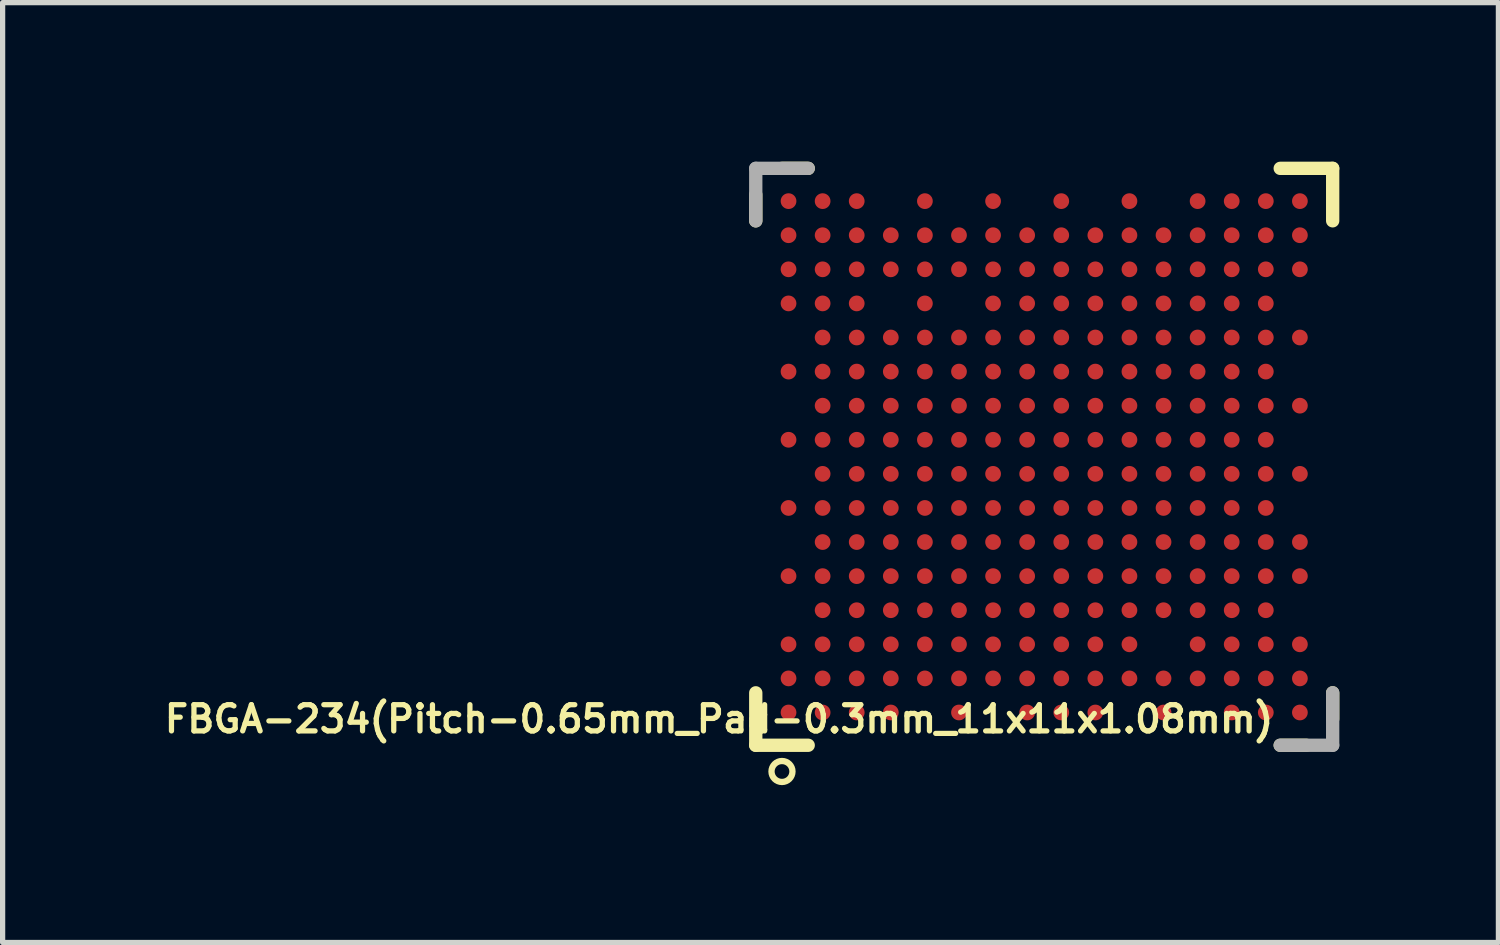
<source format=kicad_pcb>
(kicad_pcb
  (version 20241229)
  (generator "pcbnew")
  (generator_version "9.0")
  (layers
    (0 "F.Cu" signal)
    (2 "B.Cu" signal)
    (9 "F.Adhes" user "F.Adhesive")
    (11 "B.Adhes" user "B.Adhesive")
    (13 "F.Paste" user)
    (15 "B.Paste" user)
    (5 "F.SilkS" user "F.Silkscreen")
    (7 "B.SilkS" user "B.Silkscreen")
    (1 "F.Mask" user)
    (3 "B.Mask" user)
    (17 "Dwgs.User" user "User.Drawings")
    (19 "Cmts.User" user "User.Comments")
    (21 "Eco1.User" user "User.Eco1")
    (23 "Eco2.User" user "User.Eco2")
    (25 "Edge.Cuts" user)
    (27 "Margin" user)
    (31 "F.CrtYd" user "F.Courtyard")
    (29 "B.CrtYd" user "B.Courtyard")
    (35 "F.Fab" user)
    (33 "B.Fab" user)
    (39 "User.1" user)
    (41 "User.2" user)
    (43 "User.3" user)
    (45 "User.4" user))
  (footprint "FBGA-234(Pitch-0.65mm_Pad-0.3mm_11x11x1.08mm)"
    (layer "F.Cu")
    (at 16.86 5.66)
    (property "Reference" "FBGA-234(Pitch-0.65mm_Pad-0.3mm_11x11x1.08mm)" (at -6.2 5 180) (layer "F.SilkS") (effects (font (size 0.5 0.5) (thickness 0.1))))
    (attr through_hole)
    (fp_line (start -5.5 -4.5) (end -5.5 -5) (stroke (width 0.254) (type solid)) (layer "F.SilkS"))
    (fp_line (start -5.5 5.5) (end -5.5 4.5) (stroke (width 0.254) (type solid)) (layer "F.SilkS"))
    (fp_line (start -5.5 5.5) (end -4.5 5.5) (stroke (width 0.254) (type solid)) (layer "F.SilkS"))
    (fp_line (start -4.5 -5.5) (end -5 -5.5) (stroke (width 0.254) (type solid)) (layer "F.SilkS"))
    (fp_line (start 4.5 5.5) (end 5 5.5) (stroke (width 0.254) (type solid)) (layer "F.SilkS"))
    (fp_line (start 5.5 -5.5) (end 4.5 -5.5) (stroke (width 0.254) (type solid)) (layer "F.SilkS"))
    (fp_line (start 5.5 -5.5) (end 5.5 -4.5) (stroke (width 0.254) (type solid)) (layer "F.SilkS"))
    (fp_line (start 5.5 4.5) (end 5.5 5) (stroke (width 0.254) (type solid)) (layer "F.SilkS"))
    (fp_circle (center -5 6) (end -5 6.2) (stroke (width 0.12) (type solid)) (fill no) (layer "F.SilkS"))
    (fp_line (start -5.6 -5.6) (end -5.6 5.6) (stroke (width 0.12) (type solid)) (layer "Eco2.User"))
    (fp_line (start -5.6 5.6) (end 5.6 5.6) (stroke (width 0.12) (type solid)) (layer "Eco2.User"))
    (fp_line (start 5.6 -5.6) (end -5.6 -5.6) (stroke (width 0.12) (type solid)) (layer "Eco2.User"))
    (fp_line (start 5.6 5.6) (end 5.6 -5.6) (stroke (width 0.12) (type solid)) (layer "Eco2.User"))
    (fp_line (start -5.5 -5.5) (end -5.5 -4.5) (stroke (width 0.254) (type solid)) (layer "F.Fab"))
    (fp_line (start -5.5 -5.5) (end -4.5 -5.5) (stroke (width 0.254) (type solid)) (layer "F.Fab"))
    (fp_line (start 5.5 5.5) (end 4.5 5.5) (stroke (width 0.254) (type solid)) (layer "F.Fab"))
    (fp_line (start 5.5 5.5) (end 5.5 4.5) (stroke (width 0.254) (type solid)) (layer "F.Fab"))
    (pad "A1" smd circle (at -4.875 4.875 90) (size 0.3 0.3) (layers "F.Cu" "F.Mask"))
    (pad "A2" smd circle (at -4.875 4.225 90) (size 0.3 0.3) (layers "F.Cu" "F.Mask"))
    (pad "A3" smd circle (at -4.875 3.575 90) (size 0.3 0.3) (layers "F.Cu" "F.Mask"))
    (pad "A5" smd circle (at -4.875 2.275 90) (size 0.3 0.3) (layers "F.Cu" "F.Mask"))
    (pad "A7" smd circle (at -4.875 0.975 90) (size 0.3 0.3) (layers "F.Cu" "F.Mask"))
    (pad "A9" smd circle (at -4.875 -0.325 90) (size 0.3 0.3) (layers "F.Cu" "F.Mask"))
    (pad "A11" smd circle (at -4.875 -1.625 90) (size 0.3 0.3) (layers "F.Cu" "F.Mask"))
    (pad "A13" smd circle (at -4.875 -2.925 90) (size 0.3 0.3) (layers "F.Cu" "F.Mask"))
    (pad "A14" smd circle (at -4.875 -3.575 90) (size 0.3 0.3) (layers "F.Cu" "F.Mask"))
    (pad "A15" smd circle (at -4.875 -4.225 90) (size 0.3 0.3) (layers "F.Cu" "F.Mask"))
    (pad "A16" smd circle (at -4.875 -4.875 90) (size 0.3 0.3) (layers "F.Cu" "F.Mask"))
    (pad "B1" smd circle (at -4.225 4.875 90) (size 0.3 0.3) (layers "F.Cu" "F.Mask"))
    (pad "B2" smd circle (at -4.225 4.225 90) (size 0.3 0.3) (layers "F.Cu" "F.Mask"))
    (pad "B3" smd circle (at -4.225 3.575 90) (size 0.3 0.3) (layers "F.Cu" "F.Mask"))
    (pad "B4" smd circle (at -4.225 2.925 90) (size 0.3 0.3) (layers "F.Cu" "F.Mask"))
    (pad "B5" smd circle (at -4.225 2.275 90) (size 0.3 0.3) (layers "F.Cu" "F.Mask"))
    (pad "B6" smd circle (at -4.225 1.625 90) (size 0.3 0.3) (layers "F.Cu" "F.Mask"))
    (pad "B7" smd circle (at -4.225 0.975 90) (size 0.3 0.3) (layers "F.Cu" "F.Mask"))
    (pad "B8" smd circle (at -4.225 0.325 90) (size 0.3 0.3) (layers "F.Cu" "F.Mask"))
    (pad "B9" smd circle (at -4.225 -0.325 90) (size 0.3 0.3) (layers "F.Cu" "F.Mask"))
    (pad "B10" smd circle (at -4.225 -0.975 90) (size 0.3 0.3) (layers "F.Cu" "F.Mask"))
    (pad "B11" smd circle (at -4.225 -1.625 90) (size 0.3 0.3) (layers "F.Cu" "F.Mask"))
    (pad "B12" smd circle (at -4.225 -2.275 90) (size 0.3 0.3) (layers "F.Cu" "F.Mask"))
    (pad "B13" smd circle (at -4.225 -2.925 90) (size 0.3 0.3) (layers "F.Cu" "F.Mask"))
    (pad "B14" smd circle (at -4.225 -3.575 90) (size 0.3 0.3) (layers "F.Cu" "F.Mask"))
    (pad "B15" smd circle (at -4.225 -4.225 90) (size 0.3 0.3) (layers "F.Cu" "F.Mask"))
    (pad "B16" smd circle (at -4.225 -4.875 90) (size 0.3 0.3) (layers "F.Cu" "F.Mask"))
    (pad "C1" smd circle (at -3.575 4.875 90) (size 0.3 0.3) (layers "F.Cu" "F.Mask"))
    (pad "C2" smd circle (at -3.575 4.225 90) (size 0.3 0.3) (layers "F.Cu" "F.Mask"))
    (pad "C3" smd circle (at -3.575 3.575 90) (size 0.3 0.3) (layers "F.Cu" "F.Mask"))
    (pad "C4" smd circle (at -3.575 2.925 90) (size 0.3 0.3) (layers "F.Cu" "F.Mask"))
    (pad "C5" smd circle (at -3.575 2.275 90) (size 0.3 0.3) (layers "F.Cu" "F.Mask"))
    (pad "C6" smd circle (at -3.575 1.625 90) (size 0.3 0.3) (layers "F.Cu" "F.Mask"))
    (pad "C7" smd circle (at -3.575 0.975 90) (size 0.3 0.3) (layers "F.Cu" "F.Mask"))
    (pad "C8" smd circle (at -3.575 0.325 90) (size 0.3 0.3) (layers "F.Cu" "F.Mask"))
    (pad "C9" smd circle (at -3.575 -0.325 90) (size 0.3 0.3) (layers "F.Cu" "F.Mask"))
    (pad "C10" smd circle (at -3.575 -0.975 90) (size 0.3 0.3) (layers "F.Cu" "F.Mask"))
    (pad "C11" smd circle (at -3.575 -1.625 90) (size 0.3 0.3) (layers "F.Cu" "F.Mask"))
    (pad "C12" smd circle (at -3.575 -2.275 90) (size 0.3 0.3) (layers "F.Cu" "F.Mask"))
    (pad "C13" smd circle (at -3.575 -2.925 90) (size 0.3 0.3) (layers "F.Cu" "F.Mask"))
    (pad "C14" smd circle (at -3.575 -3.575 90) (size 0.3 0.3) (layers "F.Cu" "F.Mask"))
    (pad "C15" smd circle (at -3.575 -4.225 90) (size 0.3 0.3) (layers "F.Cu" "F.Mask"))
    (pad "C16" smd circle (at -3.575 -4.875 90) (size 0.3 0.3) (layers "F.Cu" "F.Mask"))
    (pad "D1" smd circle (at -2.925 4.875 90) (size 0.3 0.3) (layers "F.Cu" "F.Mask"))
    (pad "D2" smd circle (at -2.925 4.225 90) (size 0.3 0.3) (layers "F.Cu" "F.Mask"))
    (pad "D3" smd circle (at -2.925 3.575 90) (size 0.3 0.3) (layers "F.Cu" "F.Mask"))
    (pad "D4" smd circle (at -2.925 2.925 90) (size 0.3 0.3) (layers "F.Cu" "F.Mask"))
    (pad "D5" smd circle (at -2.925 2.275 90) (size 0.3 0.3) (layers "F.Cu" "F.Mask"))
    (pad "D6" smd circle (at -2.925 1.625 90) (size 0.3 0.3) (layers "F.Cu" "F.Mask"))
    (pad "D7" smd circle (at -2.925 0.975 90) (size 0.3 0.3) (layers "F.Cu" "F.Mask"))
    (pad "D8" smd circle (at -2.925 0.325 90) (size 0.3 0.3) (layers "F.Cu" "F.Mask"))
    (pad "D9" smd circle (at -2.925 -0.325 90) (size 0.3 0.3) (layers "F.Cu" "F.Mask"))
    (pad "D10" smd circle (at -2.925 -0.975 90) (size 0.3 0.3) (layers "F.Cu" "F.Mask"))
    (pad "D11" smd circle (at -2.925 -1.625 90) (size 0.3 0.3) (layers "F.Cu" "F.Mask"))
    (pad "D12" smd circle (at -2.925 -2.275 90) (size 0.3 0.3) (layers "F.Cu" "F.Mask"))
    (pad "D14" smd circle (at -2.925 -3.575 90) (size 0.3 0.3) (layers "F.Cu" "F.Mask"))
    (pad "D15" smd circle (at -2.925 -4.225 90) (size 0.3 0.3) (layers "F.Cu" "F.Mask"))
    (pad "E2" smd circle (at -2.275 4.225 90) (size 0.3 0.3) (layers "F.Cu" "F.Mask"))
    (pad "E3" smd circle (at -2.275 3.575 90) (size 0.3 0.3) (layers "F.Cu" "F.Mask"))
    (pad "E4" smd circle (at -2.275 2.925 90) (size 0.3 0.3) (layers "F.Cu" "F.Mask"))
    (pad "E5" smd circle (at -2.275 2.275 90) (size 0.3 0.3) (layers "F.Cu" "F.Mask"))
    (pad "E6" smd circle (at -2.275 1.625 90) (size 0.3 0.3) (layers "F.Cu" "F.Mask"))
    (pad "E7" smd circle (at -2.275 0.975 90) (size 0.3 0.3) (layers "F.Cu" "F.Mask"))
    (pad "E8" smd circle (at -2.275 0.325 90) (size 0.3 0.3) (layers "F.Cu" "F.Mask"))
    (pad "E9" smd circle (at -2.275 -0.325 90) (size 0.3 0.3) (layers "F.Cu" "F.Mask"))
    (pad "E10" smd circle (at -2.275 -0.975 90) (size 0.3 0.3) (layers "F.Cu" "F.Mask"))
    (pad "E11" smd circle (at -2.275 -1.625 90) (size 0.3 0.3) (layers "F.Cu" "F.Mask"))
    (pad "E12" smd circle (at -2.275 -2.275 90) (size 0.3 0.3) (layers "F.Cu" "F.Mask"))
    (pad "E13" smd circle (at -2.275 -2.925 90) (size 0.3 0.3) (layers "F.Cu" "F.Mask"))
    (pad "E14" smd circle (at -2.275 -3.575 90) (size 0.3 0.3) (layers "F.Cu" "F.Mask"))
    (pad "E15" smd circle (at -2.275 -4.225 90) (size 0.3 0.3) (layers "F.Cu" "F.Mask"))
    (pad "E16" smd circle (at -2.275 -4.875 90) (size 0.3 0.3) (layers "F.Cu" "F.Mask"))
    (pad "F1" smd circle (at -1.625 4.875 90) (size 0.3 0.3) (layers "F.Cu" "F.Mask"))
    (pad "F2" smd circle (at -1.625 4.225 90) (size 0.3 0.3) (layers "F.Cu" "F.Mask"))
    (pad "F3" smd circle (at -1.625 3.575 90) (size 0.3 0.3) (layers "F.Cu" "F.Mask"))
    (pad "F4" smd circle (at -1.625 2.925 90) (size 0.3 0.3) (layers "F.Cu" "F.Mask"))
    (pad "F5" smd circle (at -1.625 2.275 90) (size 0.3 0.3) (layers "F.Cu" "F.Mask"))
    (pad "F6" smd circle (at -1.625 1.625 90) (size 0.3 0.3) (layers "F.Cu" "F.Mask"))
    (pad "F7" smd circle (at -1.625 0.975 90) (size 0.3 0.3) (layers "F.Cu" "F.Mask"))
    (pad "F8" smd circle (at -1.625 0.325 90) (size 0.3 0.3) (layers "F.Cu" "F.Mask"))
    (pad "F9" smd circle (at -1.625 -0.325 90) (size 0.3 0.3) (layers "F.Cu" "F.Mask"))
    (pad "F10" smd circle (at -1.625 -0.975 90) (size 0.3 0.3) (layers "F.Cu" "F.Mask"))
    (pad "F11" smd circle (at -1.625 -1.625 90) (size 0.3 0.3) (layers "F.Cu" "F.Mask"))
    (pad "F12" smd circle (at -1.625 -2.275 90) (size 0.3 0.3) (layers "F.Cu" "F.Mask"))
    (pad "F14" smd circle (at -1.625 -3.575 90) (size 0.3 0.3) (layers "F.Cu" "F.Mask"))
    (pad "F15" smd circle (at -1.625 -4.225 90) (size 0.3 0.3) (layers "F.Cu" "F.Mask"))
    (pad "G2" smd circle (at -0.975 4.225 90) (size 0.3 0.3) (layers "F.Cu" "F.Mask"))
    (pad "G3" smd circle (at -0.975 3.575 90) (size 0.3 0.3) (layers "F.Cu" "F.Mask"))
    (pad "G4" smd circle (at -0.975 2.925 90) (size 0.3 0.3) (layers "F.Cu" "F.Mask"))
    (pad "G5" smd circle (at -0.975 2.275 90) (size 0.3 0.3) (layers "F.Cu" "F.Mask"))
    (pad "G6" smd circle (at -0.975 1.625 90) (size 0.3 0.3) (layers "F.Cu" "F.Mask"))
    (pad "G7" smd circle (at -0.975 0.975 90) (size 0.3 0.3) (layers "F.Cu" "F.Mask"))
    (pad "G8" smd circle (at -0.975 0.325 90) (size 0.3 0.3) (layers "F.Cu" "F.Mask"))
    (pad "G9" smd circle (at -0.975 -0.325 90) (size 0.3 0.3) (layers "F.Cu" "F.Mask"))
    (pad "G10" smd circle (at -0.975 -0.975 90) (size 0.3 0.3) (layers "F.Cu" "F.Mask"))
    (pad "G11" smd circle (at -0.975 -1.625 90) (size 0.3 0.3) (layers "F.Cu" "F.Mask"))
    (pad "G12" smd circle (at -0.975 -2.275 90) (size 0.3 0.3) (layers "F.Cu" "F.Mask"))
    (pad "G13" smd circle (at -0.975 -2.925 90) (size 0.3 0.3) (layers "F.Cu" "F.Mask"))
    (pad "G14" smd circle (at -0.975 -3.575 90) (size 0.3 0.3) (layers "F.Cu" "F.Mask"))
    (pad "G15" smd circle (at -0.975 -4.225 90) (size 0.3 0.3) (layers "F.Cu" "F.Mask"))
    (pad "G16" smd circle (at -0.975 -4.875 90) (size 0.3 0.3) (layers "F.Cu" "F.Mask"))
    (pad "H1" smd circle (at -0.325 4.875 90) (size 0.3 0.3) (layers "F.Cu" "F.Mask"))
    (pad "H2" smd circle (at -0.325 4.225 90) (size 0.3 0.3) (layers "F.Cu" "F.Mask"))
    (pad "H3" smd circle (at -0.325 3.575 90) (size 0.3 0.3) (layers "F.Cu" "F.Mask"))
    (pad "H4" smd circle (at -0.325 2.925 90) (size 0.3 0.3) (layers "F.Cu" "F.Mask"))
    (pad "H5" smd circle (at -0.325 2.275 90) (size 0.3 0.3) (layers "F.Cu" "F.Mask"))
    (pad "H6" smd circle (at -0.325 1.625 90) (size 0.3 0.3) (layers "F.Cu" "F.Mask"))
    (pad "H7" smd circle (at -0.325 0.975 90) (size 0.3 0.3) (layers "F.Cu" "F.Mask"))
    (pad "H8" smd circle (at -0.325 0.325 90) (size 0.3 0.3) (layers "F.Cu" "F.Mask"))
    (pad "H9" smd circle (at -0.325 -0.325 90) (size 0.3 0.3) (layers "F.Cu" "F.Mask"))
    (pad "H10" smd circle (at -0.325 -0.975 90) (size 0.3 0.3) (layers "F.Cu" "F.Mask"))
    (pad "H11" smd circle (at -0.325 -1.625 90) (size 0.3 0.3) (layers "F.Cu" "F.Mask"))
    (pad "H12" smd circle (at -0.325 -2.275 90) (size 0.3 0.3) (layers "F.Cu" "F.Mask"))
    (pad "H13" smd circle (at -0.325 -2.925 90) (size 0.3 0.3) (layers "F.Cu" "F.Mask"))
    (pad "H14" smd circle (at -0.325 -3.575 90) (size 0.3 0.3) (layers "F.Cu" "F.Mask"))
    (pad "H15" smd circle (at -0.325 -4.225 90) (size 0.3 0.3) (layers "F.Cu" "F.Mask"))
    (pad "J1" smd circle (at 0.325 4.875 90) (size 0.3 0.3) (layers "F.Cu" "F.Mask"))
    (pad "J2" smd circle (at 0.325 4.225 90) (size 0.3 0.3) (layers "F.Cu" "F.Mask"))
    (pad "J3" smd circle (at 0.325 3.575 90) (size 0.3 0.3) (layers "F.Cu" "F.Mask"))
    (pad "J4" smd circle (at 0.325 2.925 90) (size 0.3 0.3) (layers "F.Cu" "F.Mask"))
    (pad "J5" smd circle (at 0.325 2.275 90) (size 0.3 0.3) (layers "F.Cu" "F.Mask"))
    (pad "J6" smd circle (at 0.325 1.625 90) (size 0.3 0.3) (layers "F.Cu" "F.Mask"))
    (pad "J7" smd circle (at 0.325 0.975 90) (size 0.3 0.3) (layers "F.Cu" "F.Mask"))
    (pad "J8" smd circle (at 0.325 0.325 90) (size 0.3 0.3) (layers "F.Cu" "F.Mask"))
    (pad "J9" smd circle (at 0.325 -0.325 90) (size 0.3 0.3) (layers "F.Cu" "F.Mask"))
    (pad "J10" smd circle (at 0.325 -0.975 90) (size 0.3 0.3) (layers "F.Cu" "F.Mask"))
    (pad "J11" smd circle (at 0.325 -1.625 90) (size 0.3 0.3) (layers "F.Cu" "F.Mask"))
    (pad "J12" smd circle (at 0.325 -2.275 90) (size 0.3 0.3) (layers "F.Cu" "F.Mask"))
    (pad "J13" smd circle (at 0.325 -2.925 90) (size 0.3 0.3) (layers "F.Cu" "F.Mask"))
    (pad "J14" smd circle (at 0.325 -3.575 90) (size 0.3 0.3) (layers "F.Cu" "F.Mask"))
    (pad "J15" smd circle (at 0.325 -4.225 90) (size 0.3 0.3) (layers "F.Cu" "F.Mask"))
    (pad "J16" smd circle (at 0.325 -4.875 90) (size 0.3 0.3) (layers "F.Cu" "F.Mask"))
    (pad "K1" smd circle (at 0.975 4.875 90) (size 0.3 0.3) (layers "F.Cu" "F.Mask"))
    (pad "K2" smd circle (at 0.975 4.225 90) (size 0.3 0.3) (layers "F.Cu" "F.Mask"))
    (pad "K3" smd circle (at 0.975 3.575 90) (size 0.3 0.3) (layers "F.Cu" "F.Mask"))
    (pad "K4" smd circle (at 0.975 2.925 90) (size 0.3 0.3) (layers "F.Cu" "F.Mask"))
    (pad "K5" smd circle (at 0.975 2.275 90) (size 0.3 0.3) (layers "F.Cu" "F.Mask"))
    (pad "K6" smd circle (at 0.975 1.625 90) (size 0.3 0.3) (layers "F.Cu" "F.Mask"))
    (pad "K7" smd circle (at 0.975 0.975 90) (size 0.3 0.3) (layers "F.Cu" "F.Mask"))
    (pad "K8" smd circle (at 0.975 0.325 90) (size 0.3 0.3) (layers "F.Cu" "F.Mask"))
    (pad "K9" smd circle (at 0.975 -0.325 90) (size 0.3 0.3) (layers "F.Cu" "F.Mask"))
    (pad "K10" smd circle (at 0.975 -0.975 90) (size 0.3 0.3) (layers "F.Cu" "F.Mask"))
    (pad "K11" smd circle (at 0.975 -1.625 90) (size 0.3 0.3) (layers "F.Cu" "F.Mask"))
    (pad "K12" smd circle (at 0.975 -2.275 90) (size 0.3 0.3) (layers "F.Cu" "F.Mask"))
    (pad "K13" smd circle (at 0.975 -2.925 90) (size 0.3 0.3) (layers "F.Cu" "F.Mask"))
    (pad "K14" smd circle (at 0.975 -3.575 90) (size 0.3 0.3) (layers "F.Cu" "F.Mask"))
    (pad "K15" smd circle (at 0.975 -4.225 90) (size 0.3 0.3) (layers "F.Cu" "F.Mask"))
    (pad "L2" smd circle (at 1.625 4.225 90) (size 0.3 0.3) (layers "F.Cu" "F.Mask"))
    (pad "L3" smd circle (at 1.625 3.575 90) (size 0.3 0.3) (layers "F.Cu" "F.Mask"))
    (pad "L4" smd circle (at 1.625 2.925 90) (size 0.3 0.3) (layers "F.Cu" "F.Mask"))
    (pad "L5" smd circle (at 1.625 2.275 90) (size 0.3 0.3) (layers "F.Cu" "F.Mask"))
    (pad "L6" smd circle (at 1.625 1.625 90) (size 0.3 0.3) (layers "F.Cu" "F.Mask"))
    (pad "L7" smd circle (at 1.625 0.975 90) (size 0.3 0.3) (layers "F.Cu" "F.Mask"))
    (pad "L8" smd circle (at 1.625 0.325 90) (size 0.3 0.3) (layers "F.Cu" "F.Mask"))
    (pad "L9" smd circle (at 1.625 -0.325 90) (size 0.3 0.3) (layers "F.Cu" "F.Mask"))
    (pad "L10" smd circle (at 1.625 -0.975 90) (size 0.3 0.3) (layers "F.Cu" "F.Mask"))
    (pad "L11" smd circle (at 1.625 -1.625 90) (size 0.3 0.3) (layers "F.Cu" "F.Mask"))
    (pad "L12" smd circle (at 1.625 -2.275 90) (size 0.3 0.3) (layers "F.Cu" "F.Mask"))
    (pad "L13" smd circle (at 1.625 -2.925 90) (size 0.3 0.3) (layers "F.Cu" "F.Mask"))
    (pad "L14" smd circle (at 1.625 -3.575 90) (size 0.3 0.3) (layers "F.Cu" "F.Mask"))
    (pad "L15" smd circle (at 1.625 -4.225 90) (size 0.3 0.3) (layers "F.Cu" "F.Mask"))
    (pad "L16" smd circle (at 1.625 -4.875 90) (size 0.3 0.3) (layers "F.Cu" "F.Mask"))
    (pad "M1" smd circle (at 2.275 4.875 90) (size 0.3 0.3) (layers "F.Cu" "F.Mask"))
    (pad "M2" smd circle (at 2.275 4.225 90) (size 0.3 0.3) (layers "F.Cu" "F.Mask"))
    (pad "M4" smd circle (at 2.275 2.925 90) (size 0.3 0.3) (layers "F.Cu" "F.Mask"))
    (pad "M5" smd circle (at 2.275 2.275 90) (size 0.3 0.3) (layers "F.Cu" "F.Mask"))
    (pad "M6" smd circle (at 2.275 1.625 90) (size 0.3 0.3) (layers "F.Cu" "F.Mask"))
    (pad "M7" smd circle (at 2.275 0.975 90) (size 0.3 0.3) (layers "F.Cu" "F.Mask"))
    (pad "M8" smd circle (at 2.275 0.325 90) (size 0.3 0.3) (layers "F.Cu" "F.Mask"))
    (pad "M9" smd circle (at 2.275 -0.325 90) (size 0.3 0.3) (layers "F.Cu" "F.Mask"))
    (pad "M10" smd circle (at 2.275 -0.975 90) (size 0.3 0.3) (layers "F.Cu" "F.Mask"))
    (pad "M11" smd circle (at 2.275 -1.625 90) (size 0.3 0.3) (layers "F.Cu" "F.Mask"))
    (pad "M12" smd circle (at 2.275 -2.275 90) (size 0.3 0.3) (layers "F.Cu" "F.Mask"))
    (pad "M13" smd circle (at 2.275 -2.925 90) (size 0.3 0.3) (layers "F.Cu" "F.Mask"))
    (pad "M14" smd circle (at 2.275 -3.575 90) (size 0.3 0.3) (layers "F.Cu" "F.Mask"))
    (pad "M15" smd circle (at 2.275 -4.225 90) (size 0.3 0.3) (layers "F.Cu" "F.Mask"))
    (pad "N2" smd circle (at 2.925 4.225 90) (size 0.3 0.3) (layers "F.Cu" "F.Mask"))
    (pad "N3" smd circle (at 2.925 3.575 90) (size 0.3 0.3) (layers "F.Cu" "F.Mask"))
    (pad "N4" smd circle (at 2.925 2.925 90) (size 0.3 0.3) (layers "F.Cu" "F.Mask"))
    (pad "N5" smd circle (at 2.925 2.275 90) (size 0.3 0.3) (layers "F.Cu" "F.Mask"))
    (pad "N6" smd circle (at 2.925 1.625 90) (size 0.3 0.3) (layers "F.Cu" "F.Mask"))
    (pad "N7" smd circle (at 2.925 0.975 90) (size 0.3 0.3) (layers "F.Cu" "F.Mask"))
    (pad "N8" smd circle (at 2.925 0.325 90) (size 0.3 0.3) (layers "F.Cu" "F.Mask"))
    (pad "N9" smd circle (at 2.925 -0.325 90) (size 0.3 0.3) (layers "F.Cu" "F.Mask"))
    (pad "N10" smd circle (at 2.925 -0.975 90) (size 0.3 0.3) (layers "F.Cu" "F.Mask"))
    (pad "N11" smd circle (at 2.925 -1.625 90) (size 0.3 0.3) (layers "F.Cu" "F.Mask"))
    (pad "N12" smd circle (at 2.925 -2.275 90) (size 0.3 0.3) (layers "F.Cu" "F.Mask"))
    (pad "N13" smd circle (at 2.925 -2.925 90) (size 0.3 0.3) (layers "F.Cu" "F.Mask"))
    (pad "N14" smd circle (at 2.925 -3.575 90) (size 0.3 0.3) (layers "F.Cu" "F.Mask"))
    (pad "N15" smd circle (at 2.925 -4.225 90) (size 0.3 0.3) (layers "F.Cu" "F.Mask"))
    (pad "N16" smd circle (at 2.925 -4.875 90) (size 0.3 0.3) (layers "F.Cu" "F.Mask"))
    (pad "P1" smd circle (at 3.575 4.875 90) (size 0.3 0.3) (layers "F.Cu" "F.Mask"))
    (pad "P2" smd circle (at 3.575 4.225 90) (size 0.3 0.3) (layers "F.Cu" "F.Mask"))
    (pad "P3" smd circle (at 3.575 3.575 90) (size 0.3 0.3) (layers "F.Cu" "F.Mask"))
    (pad "P4" smd circle (at 3.575 2.925 90) (size 0.3 0.3) (layers "F.Cu" "F.Mask"))
    (pad "P5" smd circle (at 3.575 2.275 90) (size 0.3 0.3) (layers "F.Cu" "F.Mask"))
    (pad "P6" smd circle (at 3.575 1.625 90) (size 0.3 0.3) (layers "F.Cu" "F.Mask"))
    (pad "P7" smd circle (at 3.575 0.975 90) (size 0.3 0.3) (layers "F.Cu" "F.Mask"))
    (pad "P8" smd circle (at 3.575 0.325 90) (size 0.3 0.3) (layers "F.Cu" "F.Mask"))
    (pad "P9" smd circle (at 3.575 -0.325 90) (size 0.3 0.3) (layers "F.Cu" "F.Mask"))
    (pad "P10" smd circle (at 3.575 -0.975 90) (size 0.3 0.3) (layers "F.Cu" "F.Mask"))
    (pad "P11" smd circle (at 3.575 -1.625 90) (size 0.3 0.3) (layers "F.Cu" "F.Mask"))
    (pad "P12" smd circle (at 3.575 -2.275 90) (size 0.3 0.3) (layers "F.Cu" "F.Mask"))
    (pad "P13" smd circle (at 3.575 -2.925 90) (size 0.3 0.3) (layers "F.Cu" "F.Mask"))
    (pad "P14" smd circle (at 3.575 -3.575 90) (size 0.3 0.3) (layers "F.Cu" "F.Mask"))
    (pad "P15" smd circle (at 3.575 -4.225 90) (size 0.3 0.3) (layers "F.Cu" "F.Mask"))
    (pad "P16" smd circle (at 3.575 -4.875 90) (size 0.3 0.3) (layers "F.Cu" "F.Mask"))
    (pad "R1" smd circle (at 4.225 4.875 90) (size 0.3 0.3) (layers "F.Cu" "F.Mask"))
    (pad "R2" smd circle (at 4.225 4.225 90) (size 0.3 0.3) (layers "F.Cu" "F.Mask"))
    (pad "R3" smd circle (at 4.225 3.575 90) (size 0.3 0.3) (layers "F.Cu" "F.Mask"))
    (pad "R4" smd circle (at 4.225 2.925 90) (size 0.3 0.3) (layers "F.Cu" "F.Mask"))
    (pad "R5" smd circle (at 4.225 2.275 90) (size 0.3 0.3) (layers "F.Cu" "F.Mask"))
    (pad "R6" smd circle (at 4.225 1.625 90) (size 0.3 0.3) (layers "F.Cu" "F.Mask"))
    (pad "R7" smd circle (at 4.225 0.975 90) (size 0.3 0.3) (layers "F.Cu" "F.Mask"))
    (pad "R8" smd circle (at 4.225 0.325 90) (size 0.3 0.3) (layers "F.Cu" "F.Mask"))
    (pad "R9" smd circle (at 4.225 -0.325 90) (size 0.3 0.3) (layers "F.Cu" "F.Mask"))
    (pad "R10" smd circle (at 4.225 -0.975 90) (size 0.3 0.3) (layers "F.Cu" "F.Mask"))
    (pad "R11" smd circle (at 4.225 -1.625 90) (size 0.3 0.3) (layers "F.Cu" "F.Mask"))
    (pad "R12" smd circle (at 4.225 -2.275 90) (size 0.3 0.3) (layers "F.Cu" "F.Mask"))
    (pad "R13" smd circle (at 4.225 -2.925 90) (size 0.3 0.3) (layers "F.Cu" "F.Mask"))
    (pad "R14" smd circle (at 4.225 -3.575 90) (size 0.3 0.3) (layers "F.Cu" "F.Mask"))
    (pad "R15" smd circle (at 4.225 -4.225 90) (size 0.3 0.3) (layers "F.Cu" "F.Mask"))
    (pad "R16" smd circle (at 4.225 -4.875 90) (size 0.3 0.3) (layers "F.Cu" "F.Mask"))
    (pad "T1" smd circle (at 4.875 4.875 90) (size 0.3 0.3) (layers "F.Cu" "F.Mask"))
    (pad "T2" smd circle (at 4.875 4.225 90) (size 0.3 0.3) (layers "F.Cu" "F.Mask"))
    (pad "T3" smd circle (at 4.875 3.575 90) (size 0.3 0.3) (layers "F.Cu" "F.Mask"))
    (pad "T5" smd circle (at 4.875 2.275 90) (size 0.3 0.3) (layers "F.Cu" "F.Mask"))
    (pad "T6" smd circle (at 4.875 1.625 90) (size 0.3 0.3) (layers "F.Cu" "F.Mask"))
    (pad "T8" smd circle (at 4.875 0.325 90) (size 0.3 0.3) (layers "F.Cu" "F.Mask"))
    (pad "T10" smd circle (at 4.875 -0.975 90) (size 0.3 0.3) (layers "F.Cu" "F.Mask"))
    (pad "T12" smd circle (at 4.875 -2.275 90) (size 0.3 0.3) (layers "F.Cu" "F.Mask"))
    (pad "T14" smd circle (at 4.875 -3.575 90) (size 0.3 0.3) (layers "F.Cu" "F.Mask"))
    (pad "T15" smd circle (at 4.875 -4.225 90) (size 0.3 0.3) (layers "F.Cu" "F.Mask"))
    (pad "T16" smd circle (at 4.875 -4.875 90) (size 0.3 0.3) (layers "F.Cu" "F.Mask")))
  (gr_rect
    (start -3 -3)
    (end 25.52 14.92)
    (stroke (width 0.1) (type default))
    (fill no)
    (layer "Edge.Cuts")))
</source>
